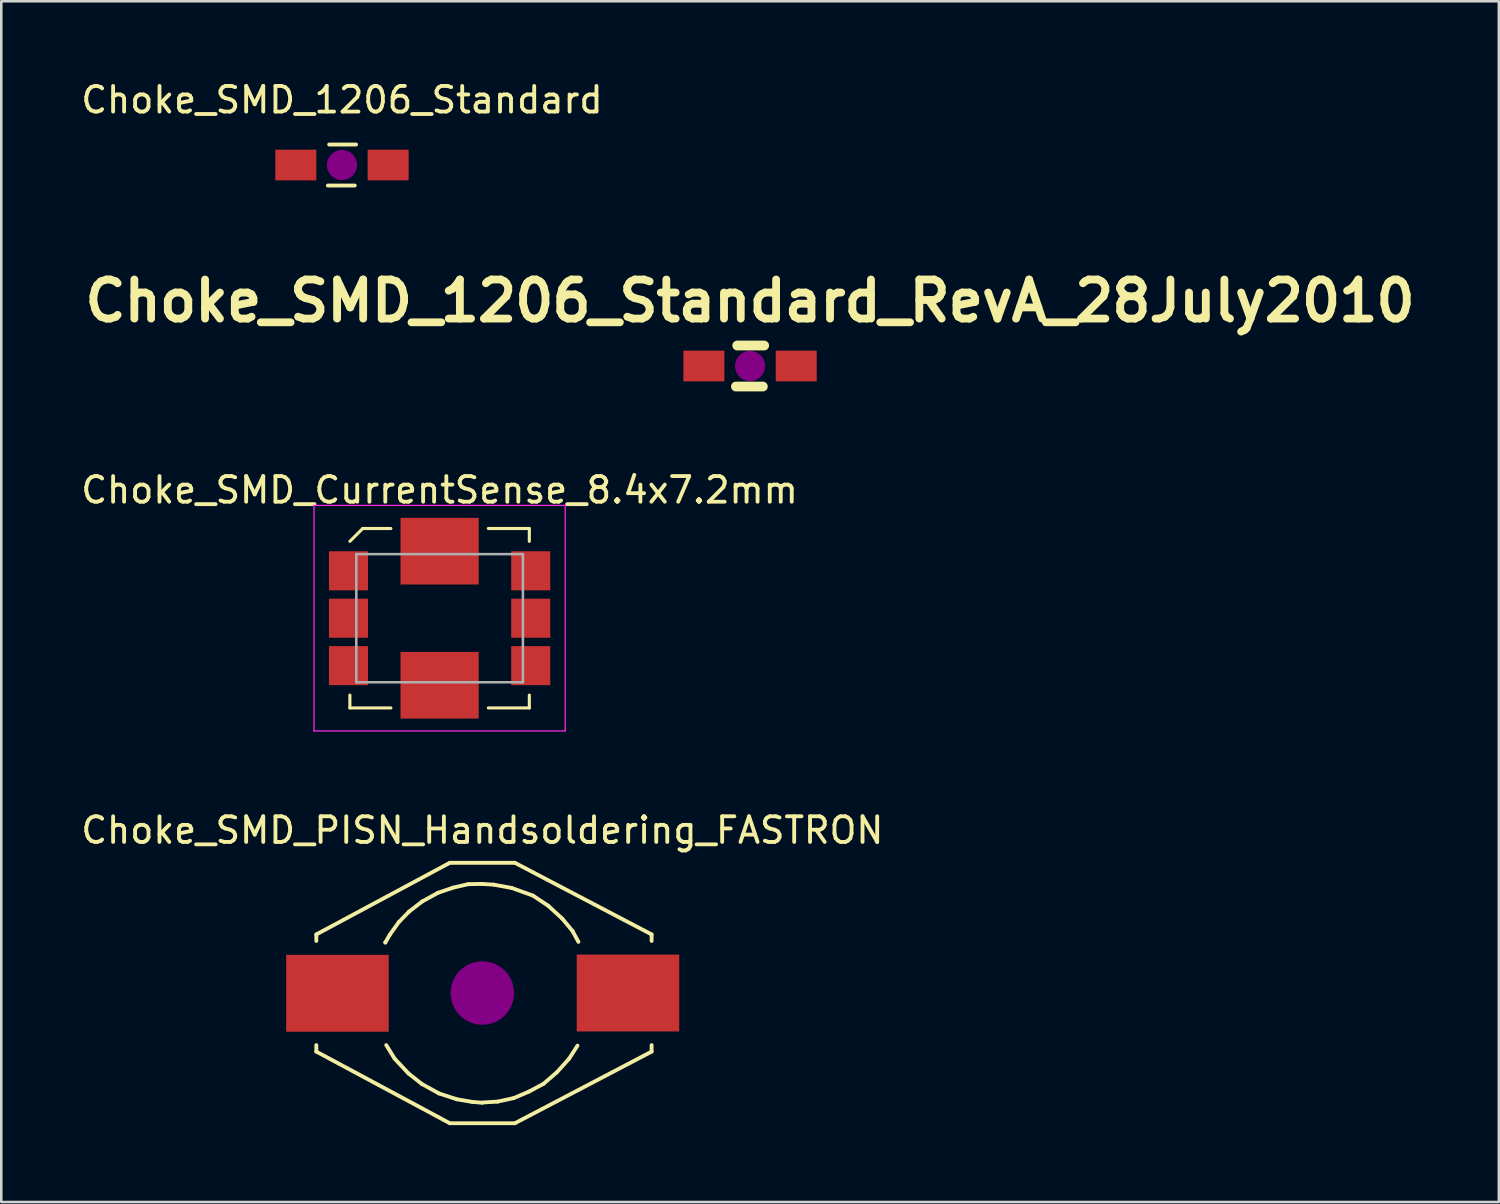
<source format=kicad_pcb>
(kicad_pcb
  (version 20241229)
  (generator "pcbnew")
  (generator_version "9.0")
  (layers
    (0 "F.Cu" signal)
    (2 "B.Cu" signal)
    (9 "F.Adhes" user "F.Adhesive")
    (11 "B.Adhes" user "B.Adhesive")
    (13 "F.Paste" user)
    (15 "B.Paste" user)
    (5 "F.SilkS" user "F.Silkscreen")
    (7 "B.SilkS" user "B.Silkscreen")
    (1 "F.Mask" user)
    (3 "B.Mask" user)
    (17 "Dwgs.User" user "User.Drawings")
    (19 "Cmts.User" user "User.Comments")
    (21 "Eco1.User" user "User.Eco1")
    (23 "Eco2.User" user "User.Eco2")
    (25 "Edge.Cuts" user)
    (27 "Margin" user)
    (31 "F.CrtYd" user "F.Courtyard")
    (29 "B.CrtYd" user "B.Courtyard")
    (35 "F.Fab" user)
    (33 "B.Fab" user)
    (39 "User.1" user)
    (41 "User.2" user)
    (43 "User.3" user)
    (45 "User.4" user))
  (footprint "Choke_SMD_1206_Standard_RevA_28July2010"
    (layer "F.Cu")
    (at 26.213 11.23)
    (property "Reference" "Choke_SMD_1206_Standard_RevA_28July2010" (at 0 -2.54 0) (layer "F.SilkS") (effects (font (size 1.524 1.524) (thickness 0.305))))
    (attr smd)
    (fp_line (start -0.551 0.8) (end 0.5 0.8) (stroke (width 0.381) (type solid)) (layer "F.SilkS"))
    (fp_line (start 0.551 -0.8) (end -0.5 -0.8) (stroke (width 0.381) (type solid)) (layer "F.SilkS"))
    (fp_circle (center 0 0) (end 0.201 -0.051) (stroke (width 0.381) (type solid)) (fill no) (layer "F.Adhes"))
    (fp_circle (center 0 0) (end 0.399 0) (stroke (width 0.381) (type solid)) (fill no) (layer "F.Adhes"))
    (pad "1" smd rect (at -1.801 0) (size 1.6 1.199) (layers "F.Cu" "F.Mask" "F.Paste"))
    (pad "2" smd rect (at 1.801 0) (size 1.6 1.199) (layers "F.Cu" "F.Mask" "F.Paste")))
  (footprint "Choke_SMD_CurrentSense_8.4x7.2mm"
    (layer "F.Cu")
    (at 14.101 21.069)
    (property "Reference" "Choke_SMD_CurrentSense_8.4x7.2mm" (at 0 -5 0) (layer "F.SilkS") (effects (font (size 1 1) (thickness 0.15))))
    (attr smd)
    (fp_line (start -3.5 -3) (end -3 -3.5) (stroke (width 0.12) (type solid)) (layer "F.SilkS"))
    (fp_line (start -3.5 3.5) (end -3.5 3) (stroke (width 0.12) (type solid)) (layer "F.SilkS"))
    (fp_line (start -3 -3.5) (end -1.9 -3.5) (stroke (width 0.12) (type solid)) (layer "F.SilkS"))
    (fp_line (start -1.9 3.5) (end -3.5 3.5) (stroke (width 0.12) (type solid)) (layer "F.SilkS"))
    (fp_line (start 1.9 -3.5) (end 3.5 -3.5) (stroke (width 0.12) (type solid)) (layer "F.SilkS"))
    (fp_line (start 1.9 3.5) (end 3.5 3.5) (stroke (width 0.12) (type solid)) (layer "F.SilkS"))
    (fp_line (start 3.5 -3.5) (end 3.5 -3) (stroke (width 0.12) (type solid)) (layer "F.SilkS"))
    (fp_line (start 3.5 3.5) (end 3.5 3) (stroke (width 0.12) (type solid)) (layer "F.SilkS"))
    (fp_line (start -4.9 -4.4) (end -4.9 4.4) (stroke (width 0.05) (type solid)) (layer "F.CrtYd"))
    (fp_line (start -4.9 4.4) (end 4.9 4.4) (stroke (width 0.05) (type solid)) (layer "F.CrtYd"))
    (fp_line (start 4.9 -4.4) (end -4.9 -4.4) (stroke (width 0.05) (type solid)) (layer "F.CrtYd"))
    (fp_line (start 4.9 4.4) (end 4.9 -4.4) (stroke (width 0.05) (type solid)) (layer "F.CrtYd"))
    (fp_line (start -3.25 -2.5) (end 3.25 -2.5) (stroke (width 0.1) (type solid)) (layer "F.Fab"))
    (fp_line (start -3.25 2.5) (end -3.25 -2.5) (stroke (width 0.1) (type solid)) (layer "F.Fab"))
    (fp_line (start 3.25 -2.5) (end 3.25 2.5) (stroke (width 0.1) (type solid)) (layer "F.Fab"))
    (fp_line (start 3.25 2.5) (end -3.25 2.5) (stroke (width 0.1) (type solid)) (layer "F.Fab"))
    (pad "1" smd rect (at -3.555 -1.85) (size 1.524 1.524) (layers "F.Cu" "F.Mask" "F.Paste"))
    (pad "2" smd rect (at -3.555 0) (size 1.524 1.524) (layers "F.Cu" "F.Mask" "F.Paste"))
    (pad "3" smd rect (at -3.555 1.85) (size 1.524 1.524) (layers "F.Cu" "F.Mask" "F.Paste"))
    (pad "4" smd rect (at 3.555 1.85) (size 1.524 1.524) (layers "F.Cu" "F.Mask" "F.Paste"))
    (pad "5" smd rect (at 3.555 0) (size 1.524 1.524) (layers "F.Cu" "F.Mask" "F.Paste"))
    (pad "6" smd rect (at 3.555 -1.85) (size 1.524 1.524) (layers "F.Cu" "F.Mask" "F.Paste"))
    (pad "7" smd rect (at 0 2.615) (size 3.05 2.6) (layers "F.Cu" "F.Mask" "F.Paste"))
    (pad "8" smd rect (at 0 -2.615) (size 3.05 2.6) (layers "F.Cu" "F.Mask" "F.Paste")))
  (footprint "Choke_SMD_1206_Standard"
    (layer "F.Cu")
    (at 10.292 3.388)
    (property "Reference" "Choke_SMD_1206_Standard" (at 0 -2.54 0) (layer "F.SilkS") (effects (font (size 1 1) (thickness 0.15))))
    (attr smd)
    (fp_line (start -0.551 0.8) (end 0.5 0.8) (stroke (width 0.15) (type solid)) (layer "F.SilkS"))
    (fp_line (start 0.551 -0.8) (end -0.5 -0.8) (stroke (width 0.15) (type solid)) (layer "F.SilkS"))
    (fp_circle (center 0 0) (end 0.201 -0.051) (stroke (width 0.381) (type solid)) (fill no) (layer "F.Adhes"))
    (fp_circle (center 0 0) (end 0.399 0) (stroke (width 0.381) (type solid)) (fill no) (layer "F.Adhes"))
    (pad "1" smd rect (at -1.801 0) (size 1.6 1.199) (layers "F.Cu" "F.Mask" "F.Paste"))
    (pad "2" smd rect (at 1.801 0) (size 1.6 1.199) (layers "F.Cu" "F.Mask" "F.Paste")))
  (footprint "Choke_SMD_PISN_Handsoldering_FASTRON"
    (layer "F.Cu")
    (at 15.768 35.692)
    (property "Reference" "Choke_SMD_PISN_Handsoldering_FASTRON" (at 0 -6.35 0) (layer "F.SilkS") (effects (font (size 1 1) (thickness 0.15))))
    (attr smd)
    (fp_line (start -6.477 -2.286) (end -6.477 -2.032) (stroke (width 0.15) (type solid)) (layer "F.SilkS"))
    (fp_line (start -6.477 2.286) (end -6.477 2.032) (stroke (width 0.15) (type solid)) (layer "F.SilkS"))
    (fp_line (start -3.785 -1.971) (end -3.785 -1.986) (stroke (width 0.15) (type solid)) (layer "F.SilkS"))
    (fp_line (start -3.612 -2.271) (end -3.785 -1.971) (stroke (width 0.15) (type solid)) (layer "F.SilkS"))
    (fp_line (start -3.419 2.565) (end -3.749 2.032) (stroke (width 0.15) (type solid)) (layer "F.SilkS"))
    (fp_line (start -3.261 -2.764) (end -3.612 -2.271) (stroke (width 0.15) (type solid)) (layer "F.SilkS"))
    (fp_line (start -2.88 3.139) (end -3.419 2.565) (stroke (width 0.15) (type solid)) (layer "F.SilkS"))
    (fp_line (start -2.86 -3.175) (end -3.261 -2.764) (stroke (width 0.15) (type solid)) (layer "F.SilkS"))
    (fp_line (start -2.357 3.551) (end -2.88 3.139) (stroke (width 0.15) (type solid)) (layer "F.SilkS"))
    (fp_line (start -2.347 -3.571) (end -2.86 -3.175) (stroke (width 0.15) (type solid)) (layer "F.SilkS"))
    (fp_line (start -1.737 -3.907) (end -2.347 -3.571) (stroke (width 0.15) (type solid)) (layer "F.SilkS"))
    (fp_line (start -1.692 3.917) (end -2.357 3.551) (stroke (width 0.15) (type solid)) (layer "F.SilkS"))
    (fp_line (start -1.27 -5.08) (end -6.477 -2.286) (stroke (width 0.15) (type solid)) (layer "F.SilkS"))
    (fp_line (start -1.27 -5.08) (end 1.27 -5.08) (stroke (width 0.15) (type solid)) (layer "F.SilkS"))
    (fp_line (start -1.27 5.08) (end -6.477 2.286) (stroke (width 0.15) (type solid)) (layer "F.SilkS"))
    (fp_line (start -1.27 5.08) (end 1.27 5.08) (stroke (width 0.15) (type solid)) (layer "F.SilkS"))
    (fp_line (start -1.143 -4.11) (end -1.737 -3.907) (stroke (width 0.15) (type solid)) (layer "F.SilkS"))
    (fp_line (start -0.996 4.145) (end -1.692 3.917) (stroke (width 0.15) (type solid)) (layer "F.SilkS"))
    (fp_line (start -0.549 -4.247) (end -1.143 -4.11) (stroke (width 0.15) (type solid)) (layer "F.SilkS"))
    (fp_line (start -0.401 4.247) (end -0.996 4.145) (stroke (width 0.15) (type solid)) (layer "F.SilkS"))
    (fp_line (start -0.025 -4.257) (end 0.447 -4.227) (stroke (width 0.15) (type solid)) (layer "F.SilkS"))
    (fp_line (start 0 -4.257) (end -0.549 -4.247) (stroke (width 0.15) (type solid)) (layer "F.SilkS"))
    (fp_line (start 0 4.272) (end 0.594 4.237) (stroke (width 0.15) (type solid)) (layer "F.SilkS"))
    (fp_line (start 0 4.282) (end -0.401 4.247) (stroke (width 0.15) (type solid)) (layer "F.SilkS"))
    (fp_line (start 0.447 -4.227) (end 1.143 -4.1) (stroke (width 0.15) (type solid)) (layer "F.SilkS"))
    (fp_line (start 0.594 4.237) (end 1.224 4.1) (stroke (width 0.15) (type solid)) (layer "F.SilkS"))
    (fp_line (start 1.143 -4.1) (end 1.976 -3.8) (stroke (width 0.15) (type solid)) (layer "F.SilkS"))
    (fp_line (start 1.224 4.1) (end 1.819 3.846) (stroke (width 0.15) (type solid)) (layer "F.SilkS"))
    (fp_line (start 1.27 -5.08) (end 6.604 -2.286) (stroke (width 0.15) (type solid)) (layer "F.SilkS"))
    (fp_line (start 1.27 5.08) (end 6.604 2.286) (stroke (width 0.15) (type solid)) (layer "F.SilkS"))
    (fp_line (start 1.819 3.846) (end 2.388 3.541) (stroke (width 0.15) (type solid)) (layer "F.SilkS"))
    (fp_line (start 1.976 -3.8) (end 2.57 -3.404) (stroke (width 0.15) (type solid)) (layer "F.SilkS"))
    (fp_line (start 2.388 3.541) (end 2.916 3.084) (stroke (width 0.15) (type solid)) (layer "F.SilkS"))
    (fp_line (start 2.57 -3.404) (end 3.119 -2.901) (stroke (width 0.15) (type solid)) (layer "F.SilkS"))
    (fp_line (start 2.916 3.084) (end 3.383 2.565) (stroke (width 0.15) (type solid)) (layer "F.SilkS"))
    (fp_line (start 3.119 -2.901) (end 3.52 -2.418) (stroke (width 0.15) (type solid)) (layer "F.SilkS"))
    (fp_line (start 3.383 2.565) (end 3.713 2.052) (stroke (width 0.15) (type solid)) (layer "F.SilkS"))
    (fp_line (start 3.52 -2.418) (end 3.749 -1.996) (stroke (width 0.15) (type solid)) (layer "F.SilkS"))
    (fp_line (start 6.604 -2.286) (end 6.604 -2.032) (stroke (width 0.15) (type solid)) (layer "F.SilkS"))
    (fp_line (start 6.604 2.286) (end 6.604 2.032) (stroke (width 0.15) (type solid)) (layer "F.SilkS"))
    (fp_line (start 0 -0.254) (end 0 0.254) (stroke (width 0.381) (type solid)) (layer "F.Adhes"))
    (fp_circle (center 0 0) (end 0 0.508) (stroke (width 0.381) (type solid)) (fill no) (layer "F.Adhes"))
    (fp_circle (center 0 0) (end 0.254 0) (stroke (width 0.381) (type solid)) (fill no) (layer "F.Adhes"))
    (fp_circle (center 0 0) (end 0.254 0.762) (stroke (width 0.381) (type solid)) (fill no) (layer "F.Adhes"))
    (fp_circle (center 0 0) (end 0.254 1.016) (stroke (width 0.381) (type solid)) (fill no) (layer "F.Adhes"))
    (pad "1" smd rect (at 5.682 0) (size 4 3) (layers "F.Cu" "F.Mask" "F.Paste"))
    (pad "2" smd rect (at -5.652 0.01) (size 4 3) (layers "F.Cu" "F.Mask" "F.Paste")))
  (gr_rect
    (start -3 -3)
    (end 55.426 43.847)
    (stroke (width 0.1) (type default))
    (fill no)
    (layer "Edge.Cuts")))
</source>
